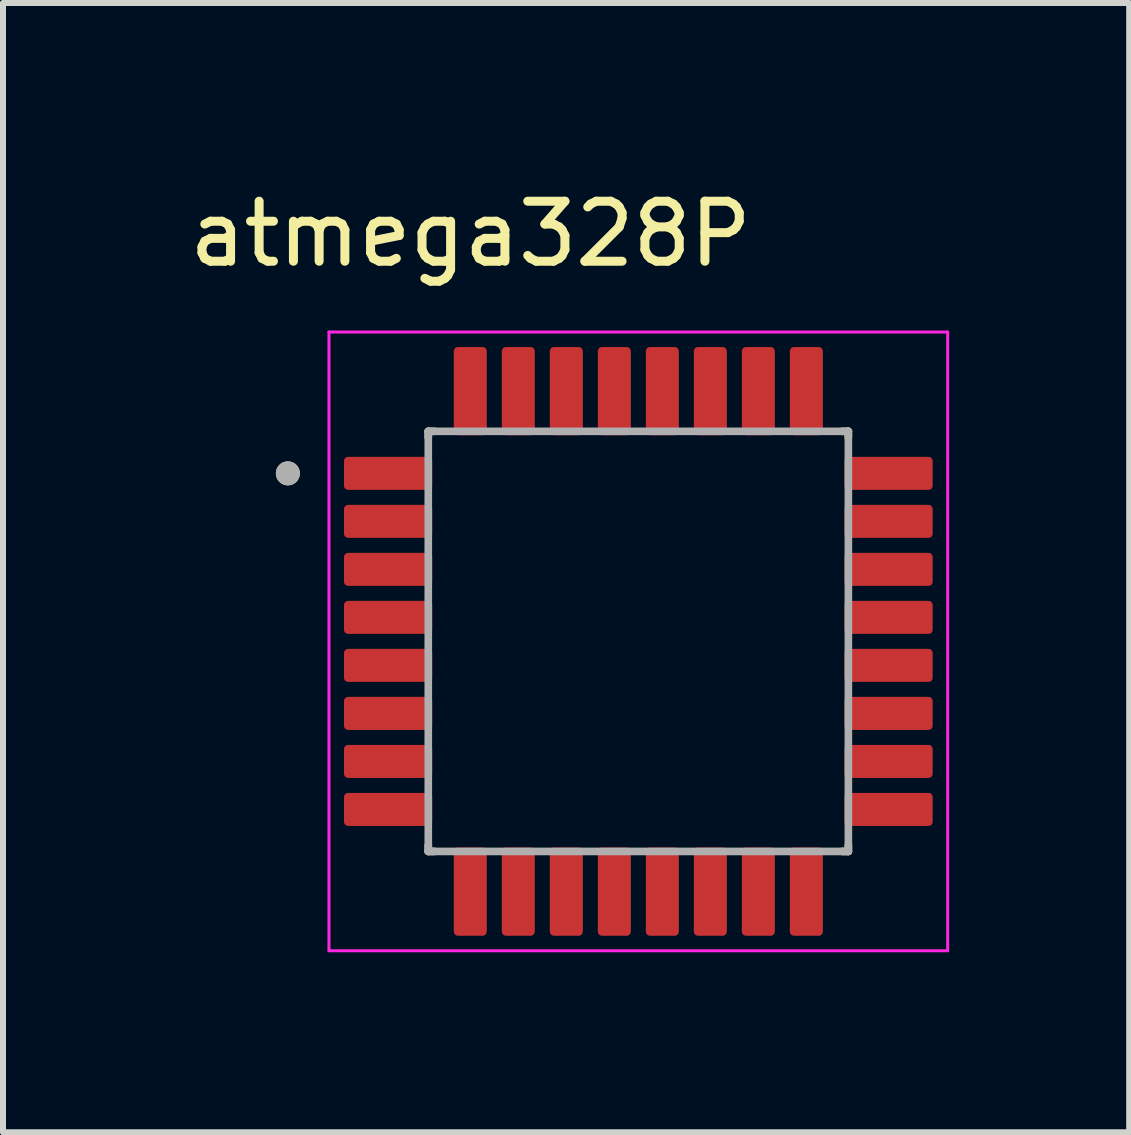
<source format=kicad_pcb>
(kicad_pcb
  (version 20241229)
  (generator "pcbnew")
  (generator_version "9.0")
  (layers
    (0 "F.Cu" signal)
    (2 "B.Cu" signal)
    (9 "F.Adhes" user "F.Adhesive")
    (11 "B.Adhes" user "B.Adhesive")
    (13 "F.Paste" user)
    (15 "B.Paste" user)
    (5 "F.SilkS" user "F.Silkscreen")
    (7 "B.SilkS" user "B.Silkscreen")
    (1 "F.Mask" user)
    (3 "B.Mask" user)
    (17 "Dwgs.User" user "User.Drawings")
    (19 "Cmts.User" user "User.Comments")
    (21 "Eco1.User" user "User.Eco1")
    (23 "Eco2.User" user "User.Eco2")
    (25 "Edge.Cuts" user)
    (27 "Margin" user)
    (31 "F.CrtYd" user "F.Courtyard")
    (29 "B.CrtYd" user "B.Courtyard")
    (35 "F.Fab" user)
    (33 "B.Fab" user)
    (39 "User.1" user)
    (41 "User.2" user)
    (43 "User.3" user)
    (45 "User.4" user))
  (footprint "atmega328P"
    (layer "F.Cu")
    (at 7.587 7.638)
    (property "Reference" "atmega328P" (at -2.795 -6.79 0) (layer "F.SilkS") (effects (font (size 1 1) (thickness 0.15))))
    (attr smd)
    (fp_line (start -3.5 -3.5) (end -3.5 -3.395) (stroke (width 0.127) (type solid)) (layer "F.SilkS"))
    (fp_line (start -3.5 -3.5) (end -3.395 -3.5) (stroke (width 0.127) (type solid)) (layer "F.SilkS"))
    (fp_line (start -3.5 3.5) (end -3.5 3.395) (stroke (width 0.127) (type solid)) (layer "F.SilkS"))
    (fp_line (start -3.5 3.5) (end -3.395 3.5) (stroke (width 0.127) (type solid)) (layer "F.SilkS"))
    (fp_line (start 3.5 -3.5) (end 3.395 -3.5) (stroke (width 0.127) (type solid)) (layer "F.SilkS"))
    (fp_line (start 3.5 -3.5) (end 3.5 -3.395) (stroke (width 0.127) (type solid)) (layer "F.SilkS"))
    (fp_line (start 3.5 3.5) (end 3.395 3.5) (stroke (width 0.127) (type solid)) (layer "F.SilkS"))
    (fp_line (start 3.5 3.5) (end 3.5 3.395) (stroke (width 0.127) (type solid)) (layer "F.SilkS"))
    (fp_circle (center -5.84 -2.8) (end -5.74 -2.8) (stroke (width 0.2) (type solid)) (fill no) (layer "F.SilkS"))
    (fp_line (start -5.155 -5.155) (end 5.155 -5.155) (stroke (width 0.05) (type solid)) (layer "F.CrtYd"))
    (fp_line (start -5.155 5.155) (end -5.155 -5.155) (stroke (width 0.05) (type solid)) (layer "F.CrtYd"))
    (fp_line (start -5.155 5.155) (end 5.155 5.155) (stroke (width 0.05) (type solid)) (layer "F.CrtYd"))
    (fp_line (start 5.155 5.155) (end 5.155 -5.155) (stroke (width 0.05) (type solid)) (layer "F.CrtYd"))
    (fp_line (start -3.5 3.5) (end -3.5 -3.5) (stroke (width 0.127) (type solid)) (layer "F.Fab"))
    (fp_line (start 3.5 -3.5) (end -3.5 -3.5) (stroke (width 0.127) (type solid)) (layer "F.Fab"))
    (fp_line (start 3.5 3.5) (end -3.5 3.5) (stroke (width 0.127) (type solid)) (layer "F.Fab"))
    (fp_line (start 3.5 3.5) (end 3.5 -3.5) (stroke (width 0.127) (type solid)) (layer "F.Fab"))
    (fp_circle (center -5.84 -2.8) (end -5.74 -2.8) (stroke (width 0.2) (type solid)) (fill no) (layer "F.Fab"))
    (pad "1" smd roundrect (at -4.17 -2.8) (size 1.47 0.55) (layers "F.Cu" "F.Mask" "F.Paste") (roundrect_rratio 0.125))
    (pad "2" smd roundrect (at -4.17 -2) (size 1.47 0.55) (layers "F.Cu" "F.Mask" "F.Paste") (roundrect_rratio 0.125))
    (pad "3" smd roundrect (at -4.17 -1.2) (size 1.47 0.55) (layers "F.Cu" "F.Mask" "F.Paste") (roundrect_rratio 0.125))
    (pad "4" smd roundrect (at -4.17 -0.4) (size 1.47 0.55) (layers "F.Cu" "F.Mask" "F.Paste") (roundrect_rratio 0.125))
    (pad "5" smd roundrect (at -4.17 0.4) (size 1.47 0.55) (layers "F.Cu" "F.Mask" "F.Paste") (roundrect_rratio 0.125))
    (pad "6" smd roundrect (at -4.17 1.2) (size 1.47 0.55) (layers "F.Cu" "F.Mask" "F.Paste") (roundrect_rratio 0.125))
    (pad "7" smd roundrect (at -4.17 2) (size 1.47 0.55) (layers "F.Cu" "F.Mask" "F.Paste") (roundrect_rratio 0.125))
    (pad "8" smd roundrect (at -4.17 2.8) (size 1.47 0.55) (layers "F.Cu" "F.Mask" "F.Paste") (roundrect_rratio 0.125))
    (pad "9" smd roundrect (at -2.8 4.17) (size 0.55 1.47) (layers "F.Cu" "F.Mask" "F.Paste") (roundrect_rratio 0.125))
    (pad "10" smd roundrect (at -2 4.17) (size 0.55 1.47) (layers "F.Cu" "F.Mask" "F.Paste") (roundrect_rratio 0.125))
    (pad "11" smd roundrect (at -1.2 4.17) (size 0.55 1.47) (layers "F.Cu" "F.Mask" "F.Paste") (roundrect_rratio 0.125))
    (pad "12" smd roundrect (at -0.4 4.17) (size 0.55 1.47) (layers "F.Cu" "F.Mask" "F.Paste") (roundrect_rratio 0.125))
    (pad "13" smd roundrect (at 0.4 4.17) (size 0.55 1.47) (layers "F.Cu" "F.Mask" "F.Paste") (roundrect_rratio 0.125))
    (pad "14" smd roundrect (at 1.2 4.17) (size 0.55 1.47) (layers "F.Cu" "F.Mask" "F.Paste") (roundrect_rratio 0.125))
    (pad "15" smd roundrect (at 2 4.17) (size 0.55 1.47) (layers "F.Cu" "F.Mask" "F.Paste") (roundrect_rratio 0.125))
    (pad "16" smd roundrect (at 2.8 4.17) (size 0.55 1.47) (layers "F.Cu" "F.Mask" "F.Paste") (roundrect_rratio 0.125))
    (pad "17" smd roundrect (at 4.17 2.8) (size 1.47 0.55) (layers "F.Cu" "F.Mask" "F.Paste") (roundrect_rratio 0.125))
    (pad "18" smd roundrect (at 4.17 2) (size 1.47 0.55) (layers "F.Cu" "F.Mask" "F.Paste") (roundrect_rratio 0.125))
    (pad "19" smd roundrect (at 4.17 1.2) (size 1.47 0.55) (layers "F.Cu" "F.Mask" "F.Paste") (roundrect_rratio 0.125))
    (pad "20" smd roundrect (at 4.17 0.4) (size 1.47 0.55) (layers "F.Cu" "F.Mask" "F.Paste") (roundrect_rratio 0.125))
    (pad "21" smd roundrect (at 4.17 -0.4) (size 1.47 0.55) (layers "F.Cu" "F.Mask" "F.Paste") (roundrect_rratio 0.125))
    (pad "22" smd roundrect (at 4.17 -1.2) (size 1.47 0.55) (layers "F.Cu" "F.Mask" "F.Paste") (roundrect_rratio 0.125))
    (pad "23" smd roundrect (at 4.17 -2) (size 1.47 0.55) (layers "F.Cu" "F.Mask" "F.Paste") (roundrect_rratio 0.125))
    (pad "24" smd roundrect (at 4.17 -2.8) (size 1.47 0.55) (layers "F.Cu" "F.Mask" "F.Paste") (roundrect_rratio 0.125))
    (pad "25" smd roundrect (at 2.8 -4.17) (size 0.55 1.47) (layers "F.Cu" "F.Mask" "F.Paste") (roundrect_rratio 0.125))
    (pad "26" smd roundrect (at 2 -4.17) (size 0.55 1.47) (layers "F.Cu" "F.Mask" "F.Paste") (roundrect_rratio 0.125))
    (pad "27" smd roundrect (at 1.2 -4.17) (size 0.55 1.47) (layers "F.Cu" "F.Mask" "F.Paste") (roundrect_rratio 0.125))
    (pad "28" smd roundrect (at 0.4 -4.17) (size 0.55 1.47) (layers "F.Cu" "F.Mask" "F.Paste") (roundrect_rratio 0.125))
    (pad "29" smd roundrect (at -0.4 -4.17) (size 0.55 1.47) (layers "F.Cu" "F.Mask" "F.Paste") (roundrect_rratio 0.125))
    (pad "30" smd roundrect (at -1.2 -4.17) (size 0.55 1.47) (layers "F.Cu" "F.Mask" "F.Paste") (roundrect_rratio 0.125))
    (pad "31" smd roundrect (at -2 -4.17) (size 0.55 1.47) (layers "F.Cu" "F.Mask" "F.Paste") (roundrect_rratio 0.125))
    (pad "32" smd roundrect (at -2.8 -4.17) (size 0.55 1.47) (layers "F.Cu" "F.Mask" "F.Paste") (roundrect_rratio 0.125)))
  (gr_rect
    (start -3 -3)
    (end 15.767 15.818)
    (stroke (width 0.1) (type default))
    (fill no)
    (layer "Edge.Cuts")))
</source>
